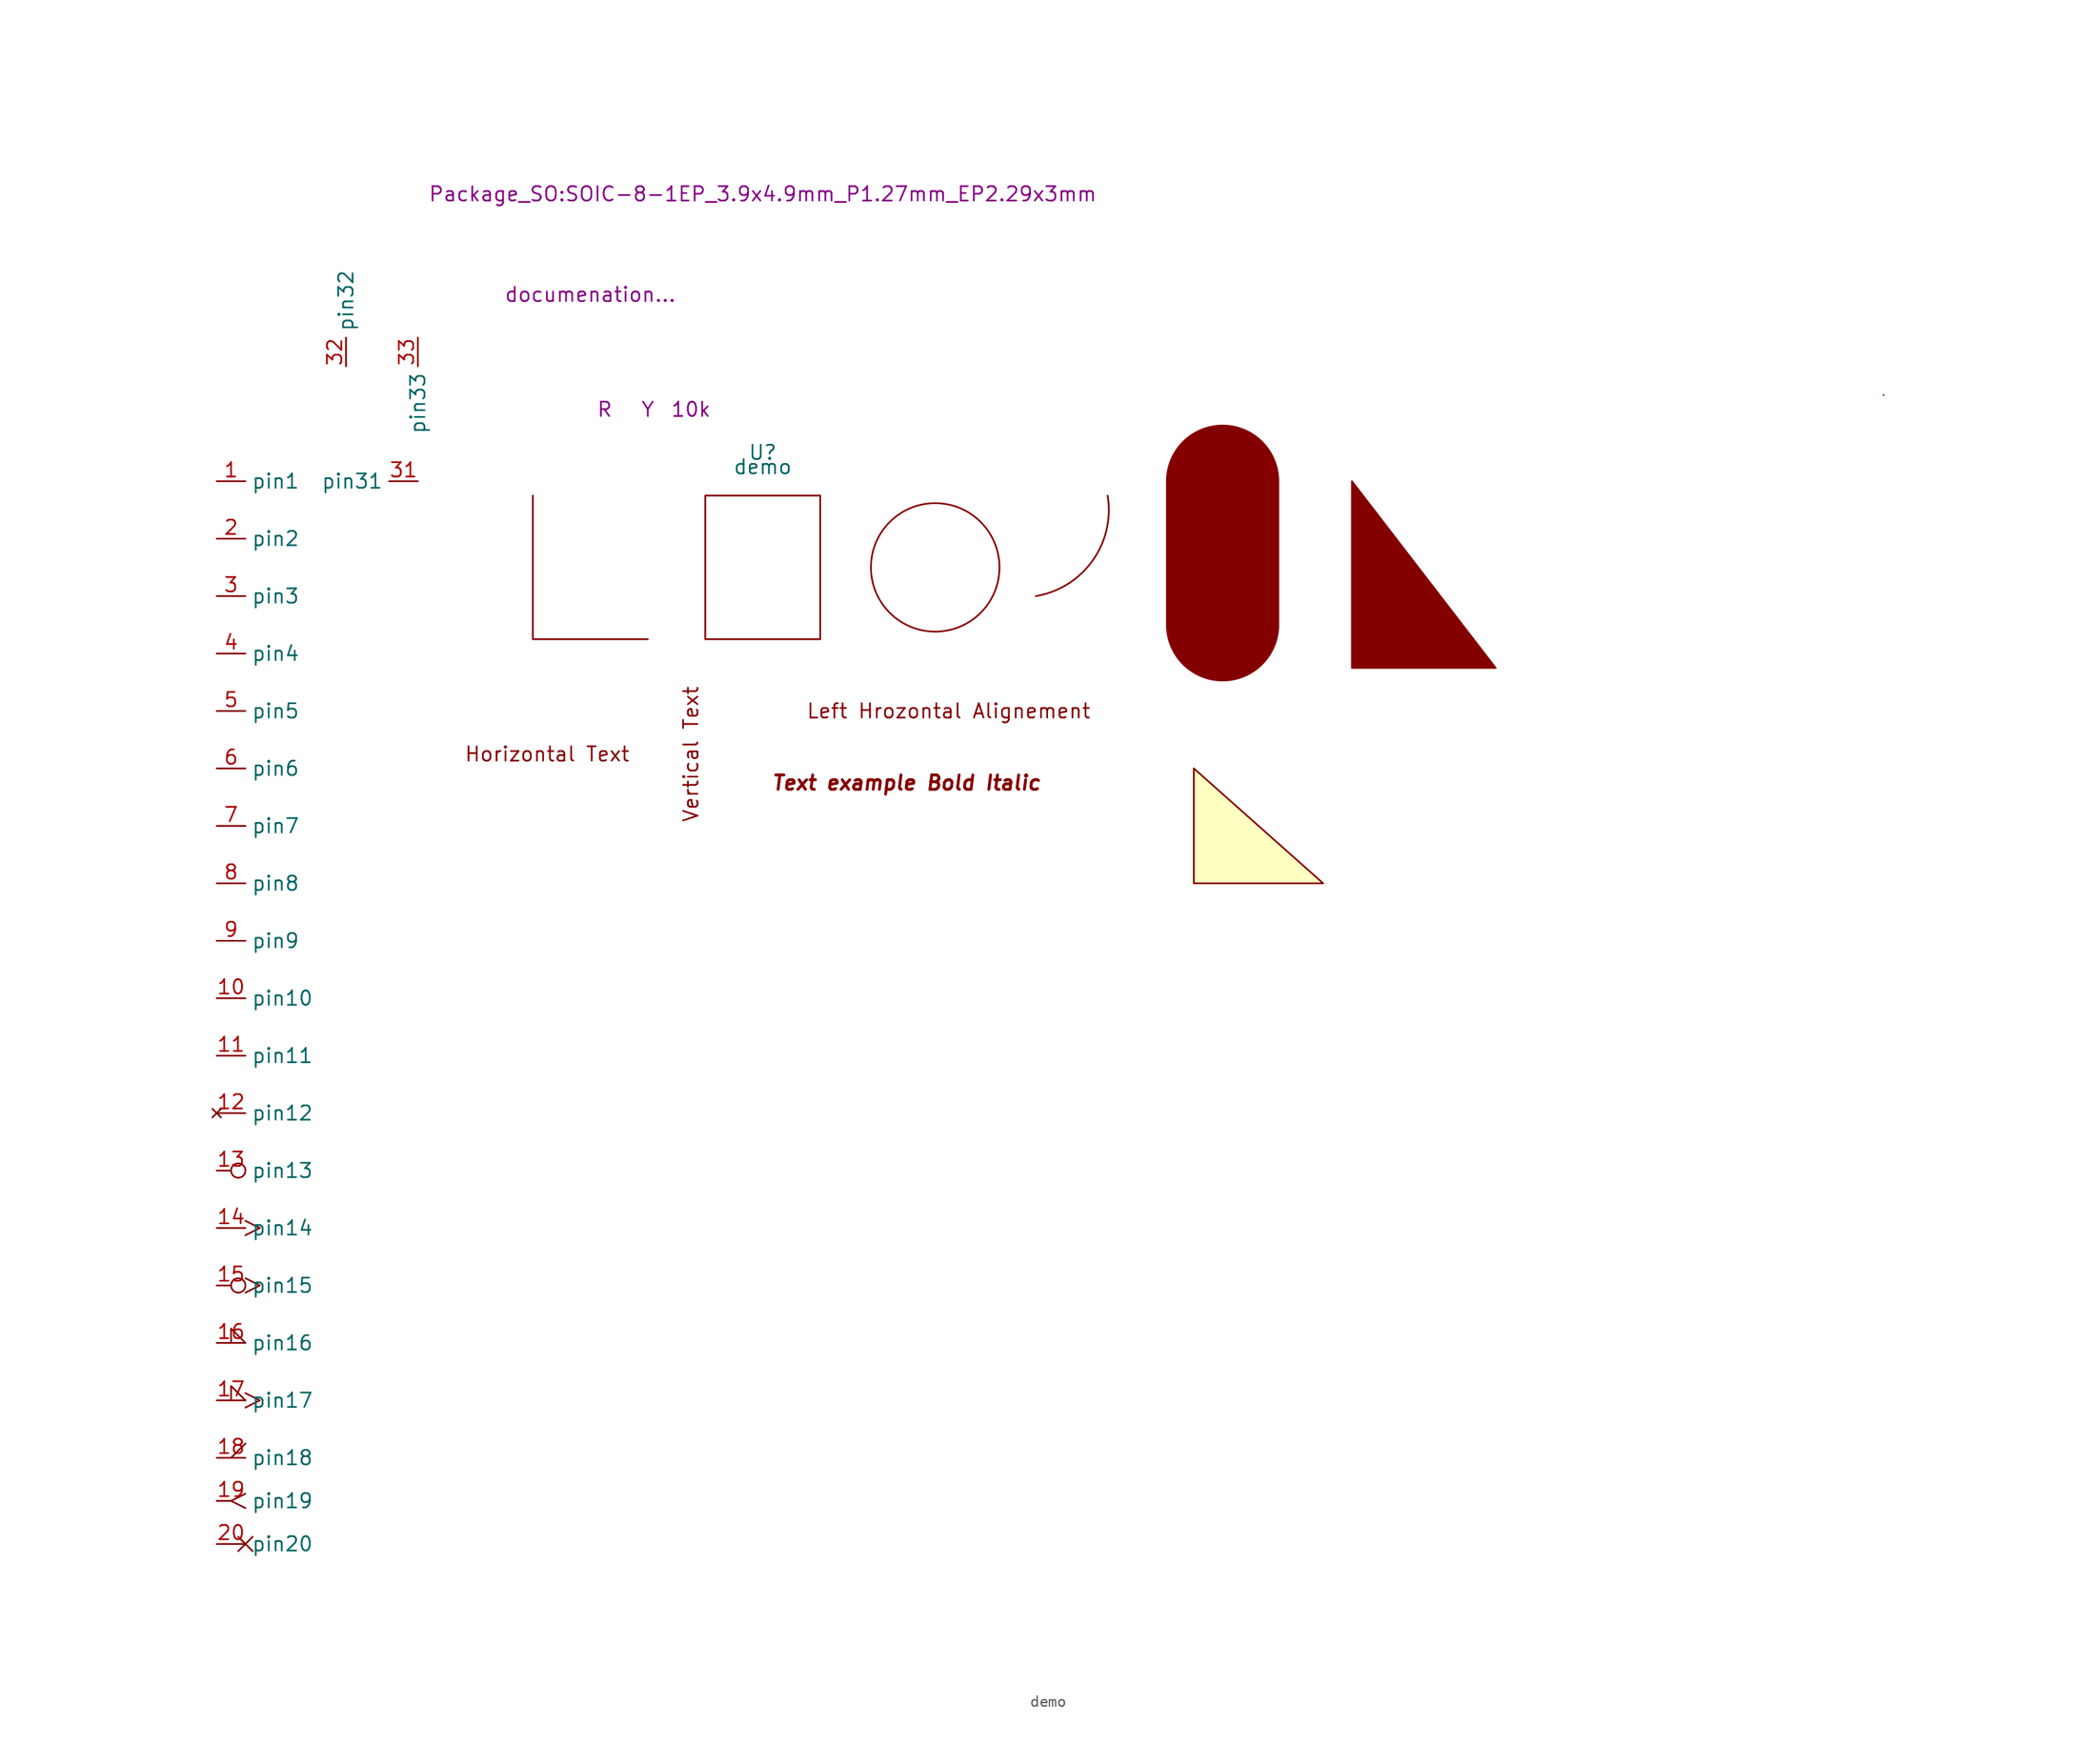
<source format=kicad_sym>
(kicad_symbol_lib
  (version 20211014)
  (generator kicad_symbol_editor)
  (symbol "demo"
    (property "Reference" "U"
      (at 0 0 0)
      (effects (font (size 1.27 1.27))))
    (property "Value" "demo"
      (at 0 -1.27 0)
      (effects (font (size 1.27 1.27))))
    (property "Footprint" "Package_SO:SOIC-8-1EP_3.9x4.9mm_P1.27mm_EP2.29x3mm"
      (at 0 22.86 0)
      (effects (font (size 1.27 1.27))))
    (property "Datasheet" "documenation..."
      (at -15.24 13.97 0)
      (effects (font (size 1.27 1.27))))
    (property "Spice_Primitive" "R"
      (at -13.97 3.81 0)
      (effects (font (size 1.27 1.27))))
    (property "Spice_Model" "10k"
      (at -6.35 3.81 0)
      (effects (font (size 1.27 1.27))))
    (property "Spice_Netlist_Enabled" "Y"
      (at -10.16 3.81 0)
      (effects (font (size 1.27 1.27))))
    (symbol "demo_0_0"
      (polyline (pts (xy 99.06 5.08) (xy 99.06 5.08)) (stroke (width 0) (type default) (color 0 0 0 0)) (fill (type none)))
      (text "Horizontal Text" (at -19.05 -26.67 0) (effects (font (size 1.27 1.27))))
      (text "Left Hrozontal Alignement" (at 3.81 -22.86 0) (effects (font (size 1.27 1.27)) (justify left)))
      (text "Text example Bold Italic" (at 12.7 -29.21 0) (effects (font (size 1.27 1.27) bold italic)))
      (text "Vertical Text" (at -6.35 -26.67 900) (effects (font (size 1.27 1.27)))))
    (symbol "demo_0_1"
      (rectangle (start -5.08 -3.81) (end 5.08 -16.51) (stroke (width 0) (type default) (color 0 0 0 0)) (fill (type none)))
      (polyline (pts (xy 40.64 -2.54) (xy 40.64 -15.24)) (stroke (width 10) (type default) (color 0 0 0 0)) (fill (type none)))
      (polyline (pts (xy -20.32 -3.81) (xy -20.32 -16.51) (xy -10.16 -16.51)) (stroke (width 0) (type default) (color 0 0 0 0)) (fill (type none)))
      (polyline (pts (xy 38.1 -27.94) (xy 38.1 -38.1) (xy 49.53 -38.1) (xy 38.1 -27.94)) (stroke (width 0) (type default) (color 0 0 0 0)) (fill (type background)))
      (polyline (pts (xy 52.07 -2.54) (xy 52.07 -19.05) (xy 64.77 -19.05) (xy 52.07 -2.54)) (stroke (width 0) (type default) (color 0 0 0 0)) (fill (type outline)))
      (circle (center 15.24 -10.16) (radius 5.68) (stroke (width 0) (type default) (color 0 0 0 0)) (fill (type none)))
      (arc (start 24.13 -12.7) (mid 38.0362 -15.9201) (end 30.48 -3.81) (stroke (width 0) (type default) (color 0 0 0 0)) (fill (type none))))
    (symbol "demo_1_1"
      (pin input line (at -48.26 -2.54 0) (length 2.54) (name "pin1" (effects (font (size 1.27 1.27)))) (number "1" (effects (font (size 1.27 1.27)))))
      (pin open_collector line (at -48.26 -48.26 0) (length 2.54) (name "pin10" (effects (font (size 1.27 1.27)))) (number "10" (effects (font (size 1.27 1.27)))))
      (pin open_emitter line (at -48.26 -53.34 0) (length 2.54) (name "pin11" (effects (font (size 1.27 1.27)))) (number "11" (effects (font (size 1.27 1.27)))))
      (pin no_connect line (at -48.26 -58.42 0) (length 2.54) (name "pin12" (effects (font (size 1.27 1.27)))) (number "12" (effects (font (size 1.27 1.27)))))
      (pin unspecified inverted (at -48.26 -63.5 0) (length 2.54) (name "pin13" (effects (font (size 1.27 1.27)))) (number "13" (effects (font (size 1.27 1.27)))))
      (pin unspecified clock (at -48.26 -68.58 0) (length 2.54) (name "pin14" (effects (font (size 1.27 1.27)))) (number "14" (effects (font (size 1.27 1.27)))))
      (pin unspecified inverted_clock (at -48.26 -73.66 0) (length 2.54) (name "pin15" (effects (font (size 1.27 1.27)))) (number "15" (effects (font (size 1.27 1.27)))))
      (pin unspecified input_low (at -48.26 -78.74 0) (length 2.54) (name "pin16" (effects (font (size 1.27 1.27)))) (number "16" (effects (font (size 1.27 1.27)))))
      (pin unspecified clock_low (at -48.26 -83.82 0) (length 2.54) (name "pin17" (effects (font (size 1.27 1.27)))) (number "17" (effects (font (size 1.27 1.27)))))
      (pin unspecified output_low (at -48.26 -88.9 0) (length 2.54) (name "pin18" (effects (font (size 1.27 1.27)))) (number "18" (effects (font (size 1.27 1.27)))))
      (pin unspecified edge_clock_high (at -48.26 -92.71 0) (length 2.54) (name "pin19" (effects (font (size 1.27 1.27)))) (number "19" (effects (font (size 1.27 1.27)))))
      (pin output line (at -48.26 -7.62 0) (length 2.54) (name "pin2" (effects (font (size 1.27 1.27)))) (number "2" (effects (font (size 1.27 1.27)))))
      (pin unspecified non_logic (at -48.26 -96.52 0) (length 2.54) (name "pin20" (effects (font (size 1.27 1.27)))) (number "20" (effects (font (size 1.27 1.27)))))
      (pin bidirectional line (at -48.26 -12.7 0) (length 2.54) (name "pin3" (effects (font (size 1.27 1.27)))) (number "3" (effects (font (size 1.27 1.27)))))
      (pin input line (at -30.48 -2.54 180) (length 2.54) (name "pin31" (effects (font (size 1.27 1.27)))) (number "31" (effects (font (size 1.27 1.27)))))
      (pin input line (at -36.83 7.62 90) (length 2.54) (name "pin32" (effects (font (size 1.27 1.27)))) (number "32" (effects (font (size 1.27 1.27)))))
      (pin input line (at -30.48 10.16 270) (length 2.54) (name "pin33" (effects (font (size 1.27 1.27)))) (number "33" (effects (font (size 1.27 1.27)))))
      (pin tri_state line (at -48.26 -17.78 0) (length 2.54) (name "pin4" (effects (font (size 1.27 1.27)))) (number "4" (effects (font (size 1.27 1.27)))))
      (pin passive line (at -48.26 -22.86 0) (length 2.54) (name "pin5" (effects (font (size 1.27 1.27)))) (number "5" (effects (font (size 1.27 1.27)))))
      (pin free line (at -48.26 -27.94 0) (length 2.54) (name "pin6" (effects (font (size 1.27 1.27)))) (number "6" (effects (font (size 1.27 1.27)))))
      (pin unspecified line (at -48.26 -33.02 0) (length 2.54) (name "pin7" (effects (font (size 1.27 1.27)))) (number "7" (effects (font (size 1.27 1.27)))))
      (pin power_in line (at -48.26 -38.1 0) (length 2.54) (name "pin8" (effects (font (size 1.27 1.27)))) (number "8" (effects (font (size 1.27 1.27)))))
      (pin power_out line (at -48.26 -43.18 0) (length 2.54) (name "pin9" (effects (font (size 1.27 1.27)))) (number "9" (effects (font (size 1.27 1.27))))))))
</source>
